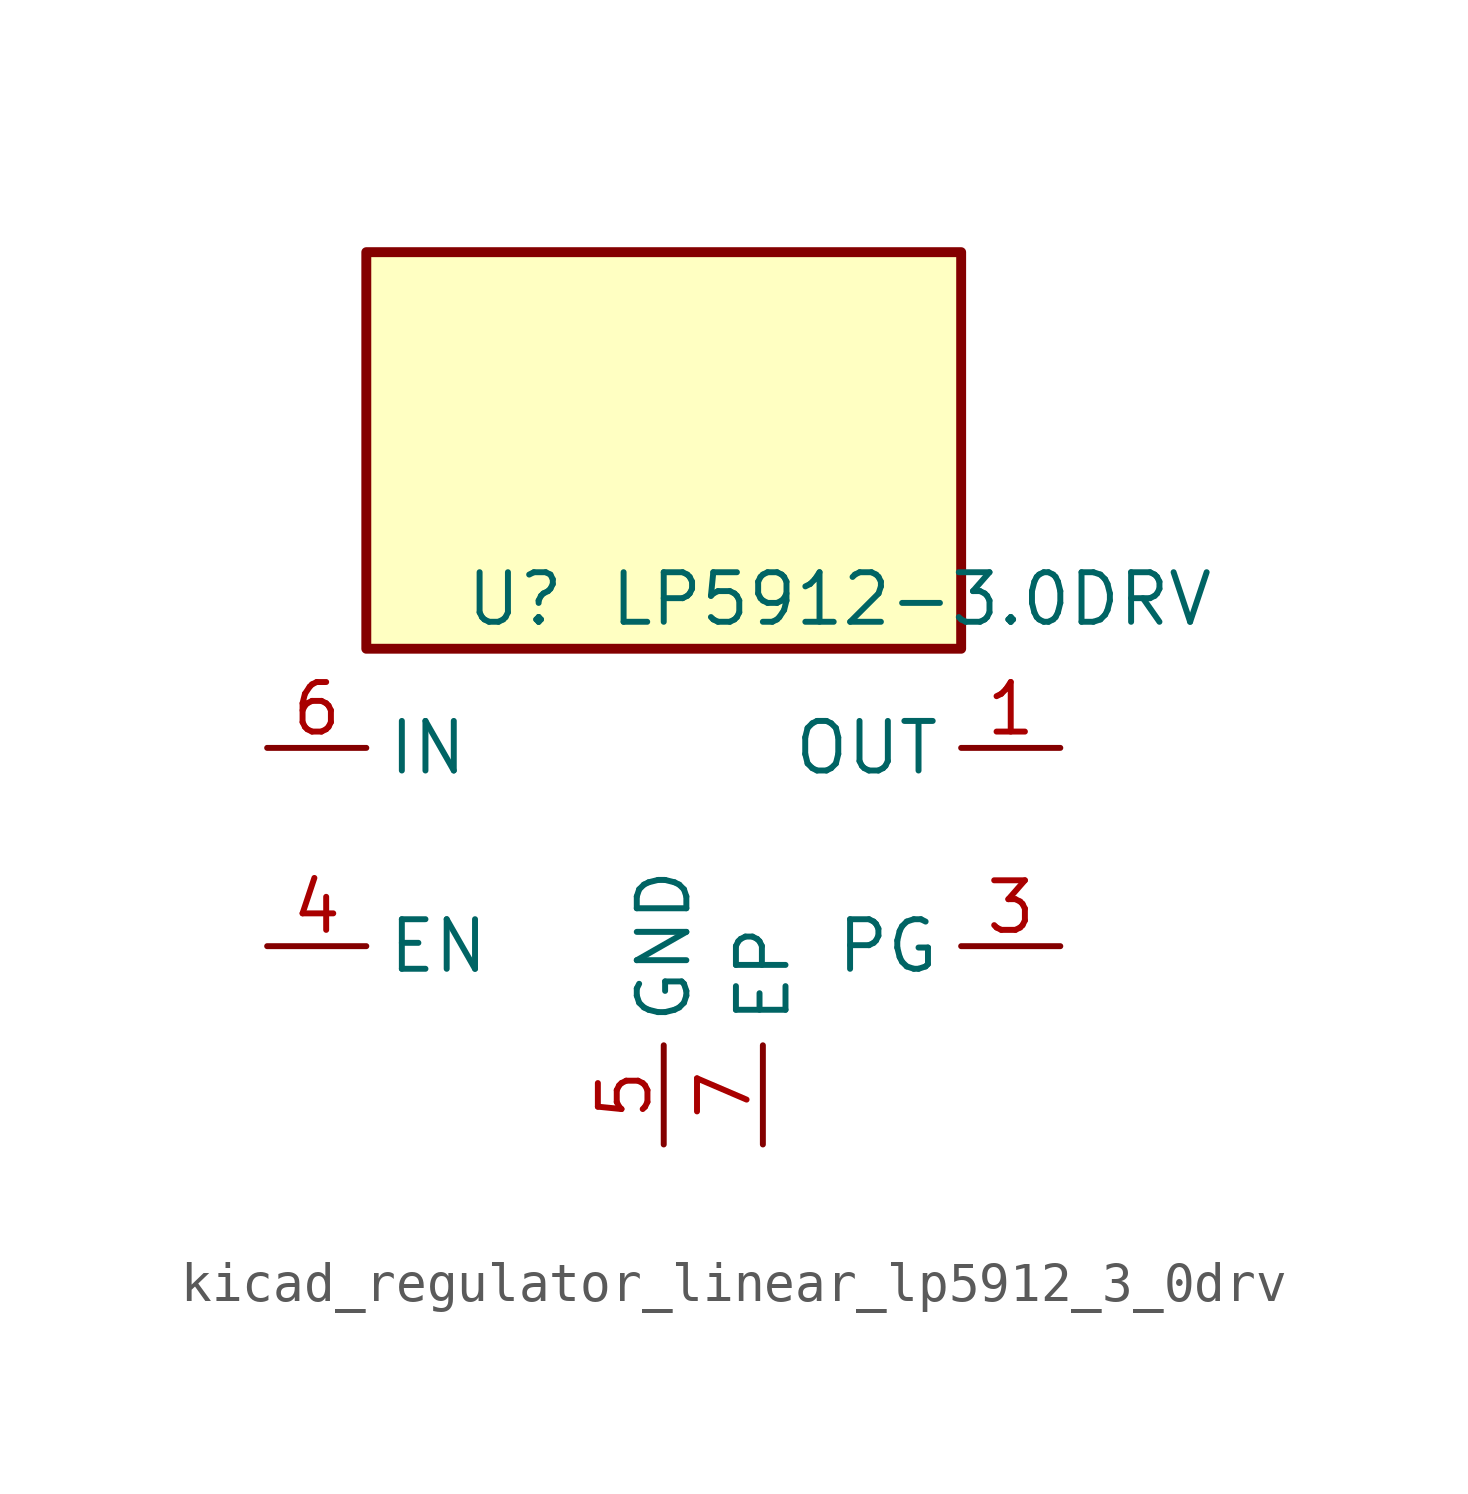
<source format=kicad_sym>
(kicad_symbol_lib
  (version 20220914)
  (generator kicad_symbol_editor)
  (symbol "kicad_regulator_linear_lp5912_3_0drv"
    (property "Reference" "U"
      (at -3.81 6.35 0)
      (effects (font (size 1.27 1.27))))
    (property "Value" "LP5912-3.0DRV"
      (at 6.35 6.35 0)
      (effects (font (size 1.27 1.27))))
    (symbol "kicad_regulator_linear_lp5912_3_0drv_0_1"
      (rectangle (start 7.62 15.24) (end -7.62 5.08) (stroke (width 0.254) (type default)) (fill (type background)))
      (pin power_out line (at 10.16 2.54 180) (length 2.54) (name "OUT" (effects (font (size 1.27 1.27)))) (number "1" (effects (font (size 1.27 1.27)))))
      (pin no_connect line (at 7.62 0 180) (length 2.54) hide (name "NC" (effects (font (size 1.27 1.27)))) (number "2" (effects (font (size 1.27 1.27)))))
      (pin input line (at -10.16 -2.54 0) (length 2.54) (name "EN" (effects (font (size 1.27 1.27)))) (number "4" (effects (font (size 1.27 1.27)))))
      (pin power_in line (at 0 -7.62 90) (length 2.54) (name "GND" (effects (font (size 1.27 1.27)))) (number "5" (effects (font (size 1.27 1.27)))))
      (pin power_in line (at -10.16 2.54 0) (length 2.54) (name "IN" (effects (font (size 1.27 1.27)))) (number "6" (effects (font (size 1.27 1.27))))))
    (symbol "kicad_regulator_linear_lp5912_3_0drv_1_1"
      (pin open_collector line (at 10.16 -2.54 180) (length 2.54) (name "PG" (effects (font (size 1.27 1.27)))) (number "3" (effects (font (size 1.27 1.27)))))
      (pin passive line (at 2.54 -7.62 90) (length 2.54) (name "EP" (effects (font (size 1.27 1.27)))) (number "7" (effects (font (size 1.27 1.27))))))))
</source>
